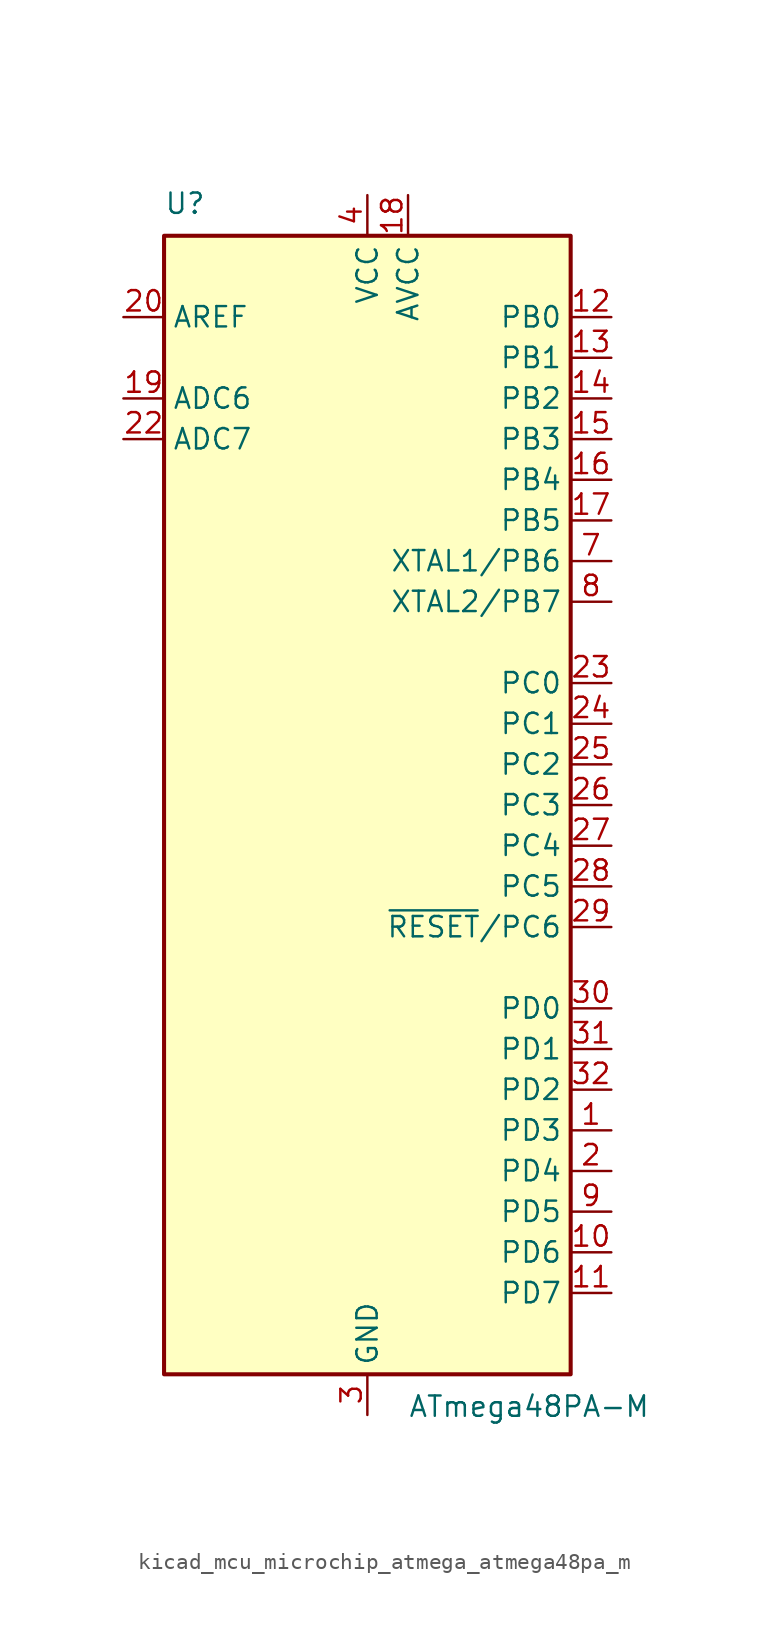
<source format=kicad_sym>
(kicad_symbol_lib
  (version 20220914)
  (generator kicad_symbol_editor)
  (symbol "kicad_mcu_microchip_atmega_atmega48pa_m"
    (property "Reference" "U"
      (at -12.7 36.83 0)
      (effects (font (size 1.27 1.27)) (justify left bottom)))
    (property "Value" "ATmega48PA-M"
      (at 2.54 -36.83 0)
      (effects (font (size 1.27 1.27)) (justify left top)))
    (symbol "kicad_mcu_microchip_atmega_atmega48pa_m_0_1"
      (rectangle (start -12.7 -35.56) (end 12.7 35.56) (stroke (width 0.254) (type default)) (fill (type background))))
    (symbol "kicad_mcu_microchip_atmega_atmega48pa_m_1_1"
      (pin bidirectional line (at 15.24 -20.32 180) (length 2.54) (name "PD3" (effects (font (size 1.27 1.27)))) (number "1" (effects (font (size 1.27 1.27)))))
      (pin bidirectional line (at 15.24 -27.94 180) (length 2.54) (name "PD6" (effects (font (size 1.27 1.27)))) (number "10" (effects (font (size 1.27 1.27)))))
      (pin bidirectional line (at 15.24 -30.48 180) (length 2.54) (name "PD7" (effects (font (size 1.27 1.27)))) (number "11" (effects (font (size 1.27 1.27)))))
      (pin bidirectional line (at 15.24 30.48 180) (length 2.54) (name "PB0" (effects (font (size 1.27 1.27)))) (number "12" (effects (font (size 1.27 1.27)))))
      (pin bidirectional line (at 15.24 27.94 180) (length 2.54) (name "PB1" (effects (font (size 1.27 1.27)))) (number "13" (effects (font (size 1.27 1.27)))))
      (pin bidirectional line (at 15.24 25.4 180) (length 2.54) (name "PB2" (effects (font (size 1.27 1.27)))) (number "14" (effects (font (size 1.27 1.27)))))
      (pin bidirectional line (at 15.24 22.86 180) (length 2.54) (name "PB3" (effects (font (size 1.27 1.27)))) (number "15" (effects (font (size 1.27 1.27)))))
      (pin bidirectional line (at 15.24 20.32 180) (length 2.54) (name "PB4" (effects (font (size 1.27 1.27)))) (number "16" (effects (font (size 1.27 1.27)))))
      (pin bidirectional line (at 15.24 17.78 180) (length 2.54) (name "PB5" (effects (font (size 1.27 1.27)))) (number "17" (effects (font (size 1.27 1.27)))))
      (pin power_in line (at 2.54 38.1 270) (length 2.54) (name "AVCC" (effects (font (size 1.27 1.27)))) (number "18" (effects (font (size 1.27 1.27)))))
      (pin input line (at -15.24 25.4 0) (length 2.54) (name "ADC6" (effects (font (size 1.27 1.27)))) (number "19" (effects (font (size 1.27 1.27)))))
      (pin bidirectional line (at 15.24 -22.86 180) (length 2.54) (name "PD4" (effects (font (size 1.27 1.27)))) (number "2" (effects (font (size 1.27 1.27)))))
      (pin passive line (at -15.24 30.48 0) (length 2.54) (name "AREF" (effects (font (size 1.27 1.27)))) (number "20" (effects (font (size 1.27 1.27)))))
      (pin passive line (at 0 -38.1 90) (length 2.54) hide (name "GND" (effects (font (size 1.27 1.27)))) (number "21" (effects (font (size 1.27 1.27)))))
      (pin input line (at -15.24 22.86 0) (length 2.54) (name "ADC7" (effects (font (size 1.27 1.27)))) (number "22" (effects (font (size 1.27 1.27)))))
      (pin bidirectional line (at 15.24 7.62 180) (length 2.54) (name "PC0" (effects (font (size 1.27 1.27)))) (number "23" (effects (font (size 1.27 1.27)))))
      (pin bidirectional line (at 15.24 5.08 180) (length 2.54) (name "PC1" (effects (font (size 1.27 1.27)))) (number "24" (effects (font (size 1.27 1.27)))))
      (pin bidirectional line (at 15.24 2.54 180) (length 2.54) (name "PC2" (effects (font (size 1.27 1.27)))) (number "25" (effects (font (size 1.27 1.27)))))
      (pin bidirectional line (at 15.24 0 180) (length 2.54) (name "PC3" (effects (font (size 1.27 1.27)))) (number "26" (effects (font (size 1.27 1.27)))))
      (pin bidirectional line (at 15.24 -2.54 180) (length 2.54) (name "PC4" (effects (font (size 1.27 1.27)))) (number "27" (effects (font (size 1.27 1.27)))))
      (pin bidirectional line (at 15.24 -5.08 180) (length 2.54) (name "PC5" (effects (font (size 1.27 1.27)))) (number "28" (effects (font (size 1.27 1.27)))))
      (pin bidirectional line (at 15.24 -7.62 180) (length 2.54) (name "~{RESET}/PC6" (effects (font (size 1.27 1.27)))) (number "29" (effects (font (size 1.27 1.27)))))
      (pin power_in line (at 0 -38.1 90) (length 2.54) (name "GND" (effects (font (size 1.27 1.27)))) (number "3" (effects (font (size 1.27 1.27)))))
      (pin bidirectional line (at 15.24 -12.7 180) (length 2.54) (name "PD0" (effects (font (size 1.27 1.27)))) (number "30" (effects (font (size 1.27 1.27)))))
      (pin bidirectional line (at 15.24 -15.24 180) (length 2.54) (name "PD1" (effects (font (size 1.27 1.27)))) (number "31" (effects (font (size 1.27 1.27)))))
      (pin bidirectional line (at 15.24 -17.78 180) (length 2.54) (name "PD2" (effects (font (size 1.27 1.27)))) (number "32" (effects (font (size 1.27 1.27)))))
      (pin passive line (at 0 -38.1 90) (length 2.54) hide (name "GND" (effects (font (size 1.27 1.27)))) (number "33" (effects (font (size 1.27 1.27)))))
      (pin power_in line (at 0 38.1 270) (length 2.54) (name "VCC" (effects (font (size 1.27 1.27)))) (number "4" (effects (font (size 1.27 1.27)))))
      (pin passive line (at 0 -38.1 90) (length 2.54) hide (name "GND" (effects (font (size 1.27 1.27)))) (number "5" (effects (font (size 1.27 1.27)))))
      (pin passive line (at 0 38.1 270) (length 2.54) hide (name "VCC" (effects (font (size 1.27 1.27)))) (number "6" (effects (font (size 1.27 1.27)))))
      (pin bidirectional line (at 15.24 15.24 180) (length 2.54) (name "XTAL1/PB6" (effects (font (size 1.27 1.27)))) (number "7" (effects (font (size 1.27 1.27)))))
      (pin bidirectional line (at 15.24 12.7 180) (length 2.54) (name "XTAL2/PB7" (effects (font (size 1.27 1.27)))) (number "8" (effects (font (size 1.27 1.27)))))
      (pin bidirectional line (at 15.24 -25.4 180) (length 2.54) (name "PD5" (effects (font (size 1.27 1.27)))) (number "9" (effects (font (size 1.27 1.27))))))))
</source>
